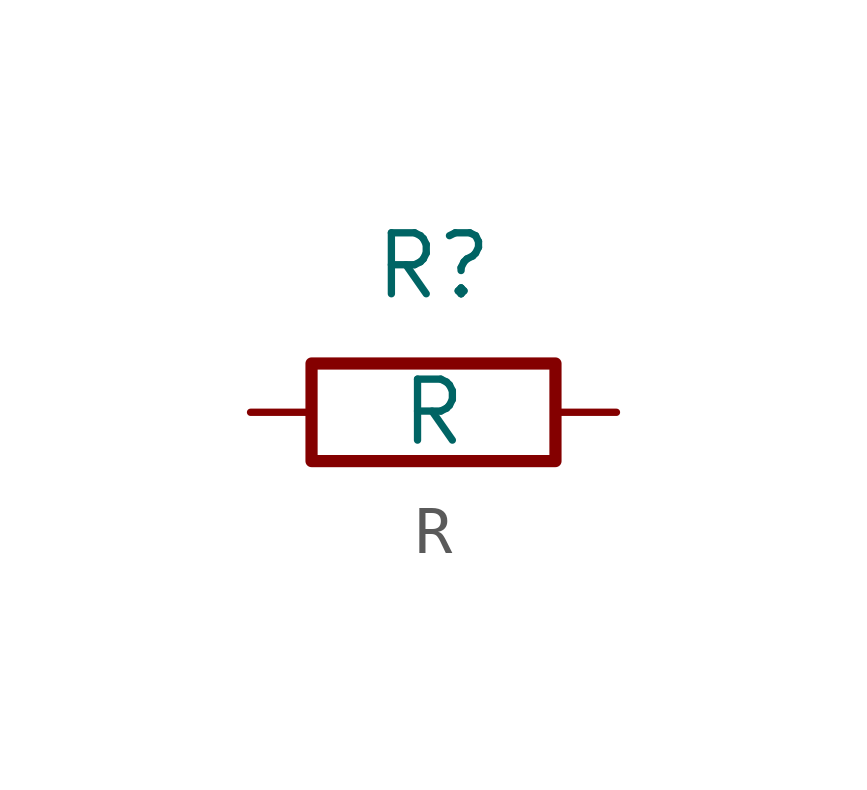
<source format=kicad_sym>
(kicad_symbol_lib
  (version 20231120)
  (generator "kicad_symbol_editor")
  (generator_version "8.0")
  (symbol "R"
    (pin_numbers hide)
    (pin_names
      (offset 0))
    (property "Reference" "R"
      (at 0 3.048 0)
      (effects (font (size 1.27 1.27))))
    (property "Value" "R"
      (at 0 0 0)
      (effects (font (size 1.27 1.27))))
    (symbol "R_0_1"
      (rectangle (start -2.54 -1.016) (end 2.54 1.016) (stroke (width 0.254) (type default)) (fill (type none))))
    (symbol "R_1_1"
      (pin passive line (at -3.81 0 0) (length 1.27) (name "~" (effects (font (size 1.27 1.27)))) (number "1" (effects (font (size 1.27 1.27)))))
      (pin passive line (at 3.81 0 180) (length 1.27) (name "~" (effects (font (size 1.27 1.27)))) (number "2" (effects (font (size 1.27 1.27))))))))
</source>
